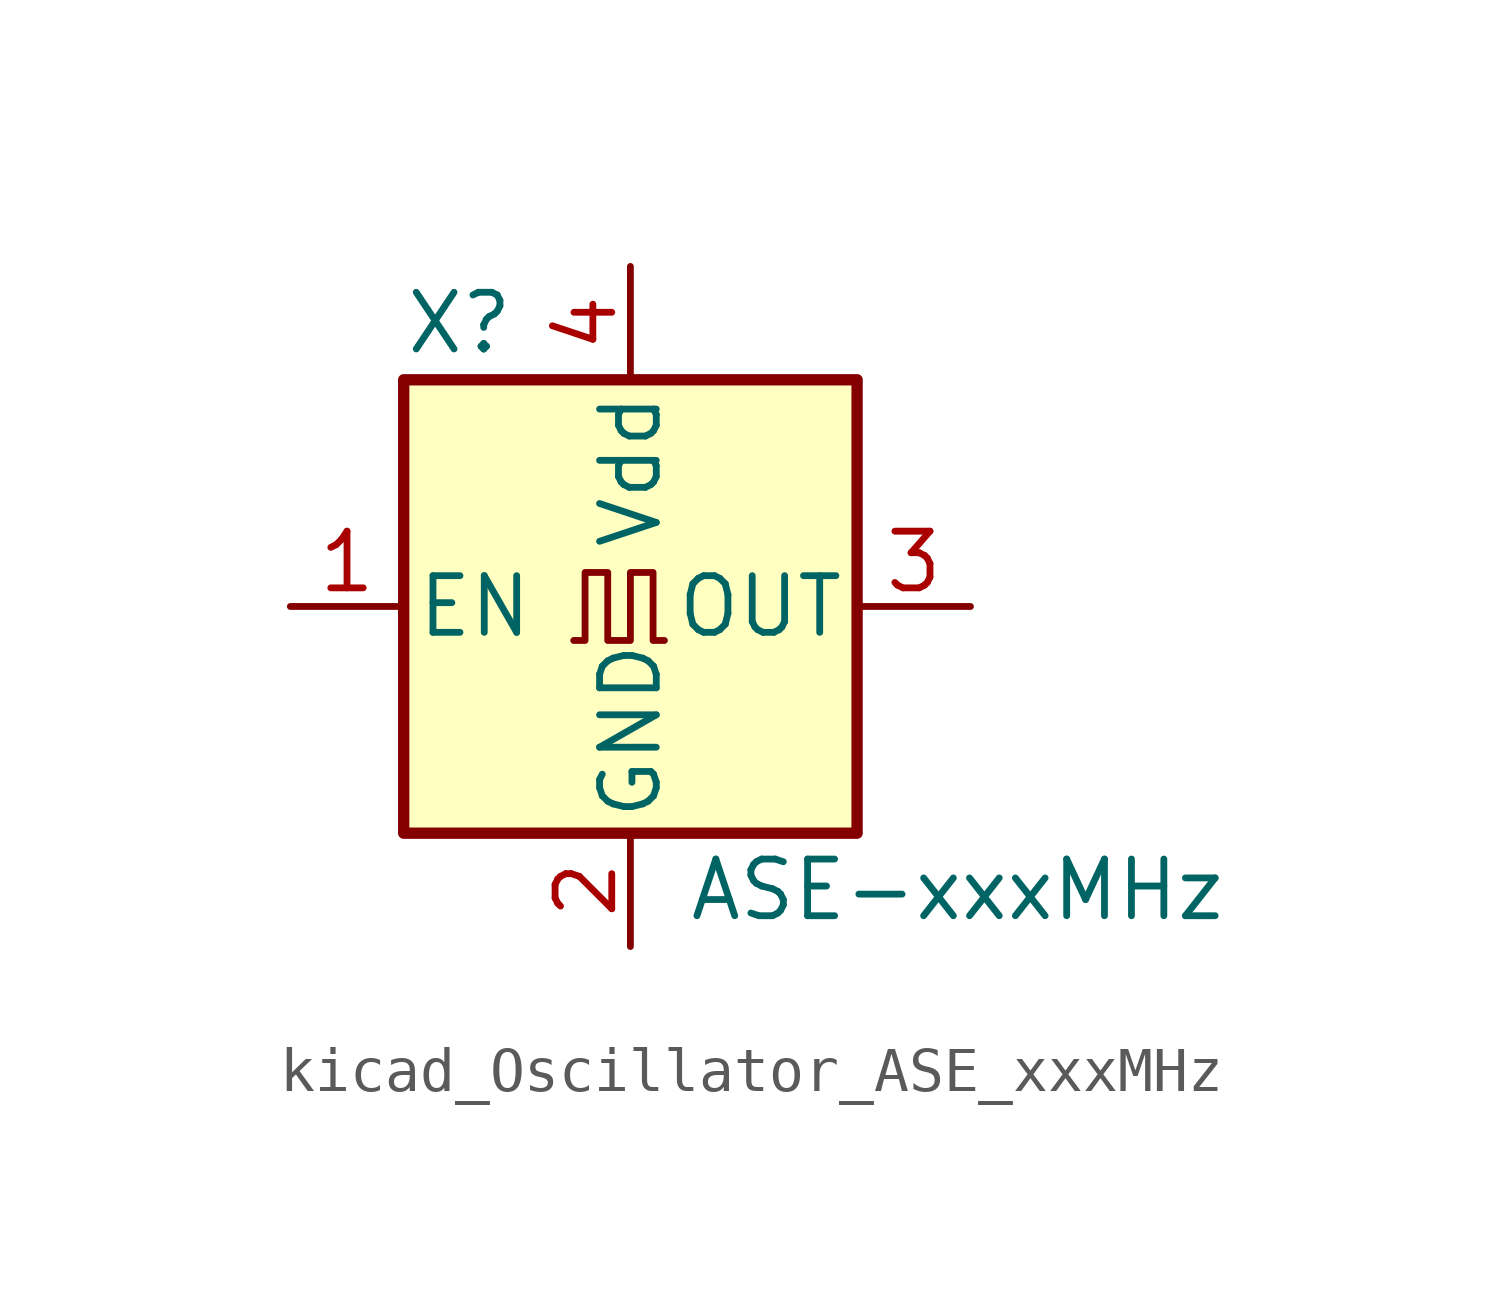
<source format=kicad_sym>
(kicad_symbol_lib
  (version 20220914)
  (generator kicad_symbol_editor)
  (symbol "kicad_Oscillator_ASE_xxxMHz"
    (pin_names
      (offset 0.254))
    (property "Reference" "X"
      (at -5.08 6.35 0)
      (effects (font (size 1.27 1.27)) (justify left)))
    (property "Value" "ASE-xxxMHz"
      (at 1.27 -6.35 0)
      (effects (font (size 1.27 1.27)) (justify left)))
    (symbol "kicad_Oscillator_ASE_xxxMHz_0_1"
      (rectangle (start -5.08 5.08) (end 5.08 -5.08) (stroke (width 0.254) (type default)) (fill (type background)))
      (polyline (pts (xy -1.27 -0.762) (xy -1.016 -0.762) (xy -1.016 0.762) (xy -0.508 0.762) (xy -0.508 -0.762) (xy 0 -0.762) (xy 0 0.762) (xy 0.508 0.762) (xy 0.508 -0.762) (xy 0.762 -0.762)) (stroke (width 0) (type default)) (fill (type none))))
    (symbol "kicad_Oscillator_ASE_xxxMHz_1_1"
      (pin input line (at -7.62 0 0) (length 2.54) (name "EN" (effects (font (size 1.27 1.27)))) (number "1" (effects (font (size 1.27 1.27)))))
      (pin power_in line (at 0 -7.62 90) (length 2.54) (name "GND" (effects (font (size 1.27 1.27)))) (number "2" (effects (font (size 1.27 1.27)))))
      (pin output line (at 7.62 0 180) (length 2.54) (name "OUT" (effects (font (size 1.27 1.27)))) (number "3" (effects (font (size 1.27 1.27)))))
      (pin power_in line (at 0 7.62 270) (length 2.54) (name "Vdd" (effects (font (size 1.27 1.27)))) (number "4" (effects (font (size 1.27 1.27))))))))
</source>
